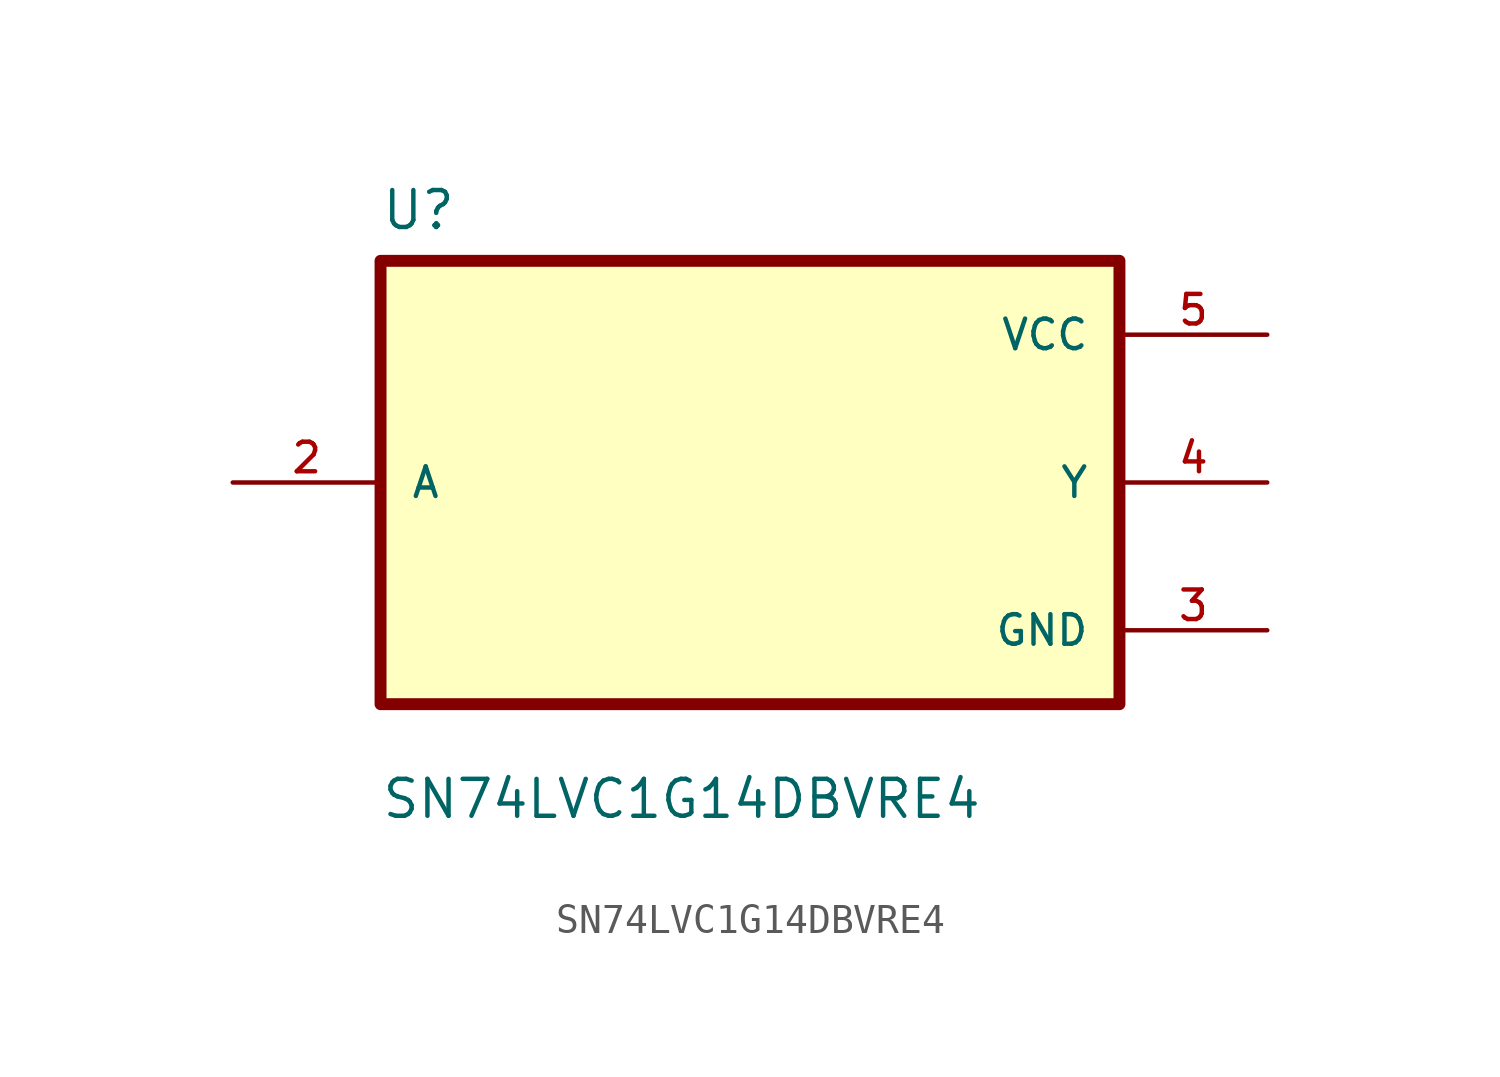
<source format=kicad_sym>
(kicad_symbol_lib
  (version 20211014)
  (generator kicad_symbol_editor)
  (symbol "SN74LVC1G14DBVRE4"
    (pin_names
      (offset 1.016))
    (property "Reference" "U"
      (at -12.7 8.62 0.0)
      (effects (font (size 1.27 1.27)) (justify bottom left)))
    (property "Value" "SN74LVC1G14DBVRE4"
      (at -12.7 -11.62 0.0)
      (effects (font (size 1.27 1.27)) (justify bottom left)))
    (symbol "SN74LVC1G14DBVRE4_0_0"
      (rectangle (start -12.7 -7.62) (end 12.7 7.62) (stroke (width 0.41)) (fill (type background)))
      (pin input line (at -17.78 0.0 0) (length 5.08) (name "A" (effects (font (size 1.016 1.016)))) (number "2" (effects (font (size 1.016 1.016)))))
      (pin power_in line (at 17.78 5.08 180.0) (length 5.08) (name "VCC" (effects (font (size 1.016 1.016)))) (number "5" (effects (font (size 1.016 1.016)))))
      (pin output line (at 17.78 0.0 180.0) (length 5.08) (name "Y" (effects (font (size 1.016 1.016)))) (number "4" (effects (font (size 1.016 1.016)))))
      (pin power_in line (at 17.78 -5.08 180.0) (length 5.08) (name "GND" (effects (font (size 1.016 1.016)))) (number "3" (effects (font (size 1.016 1.016))))))))
</source>
